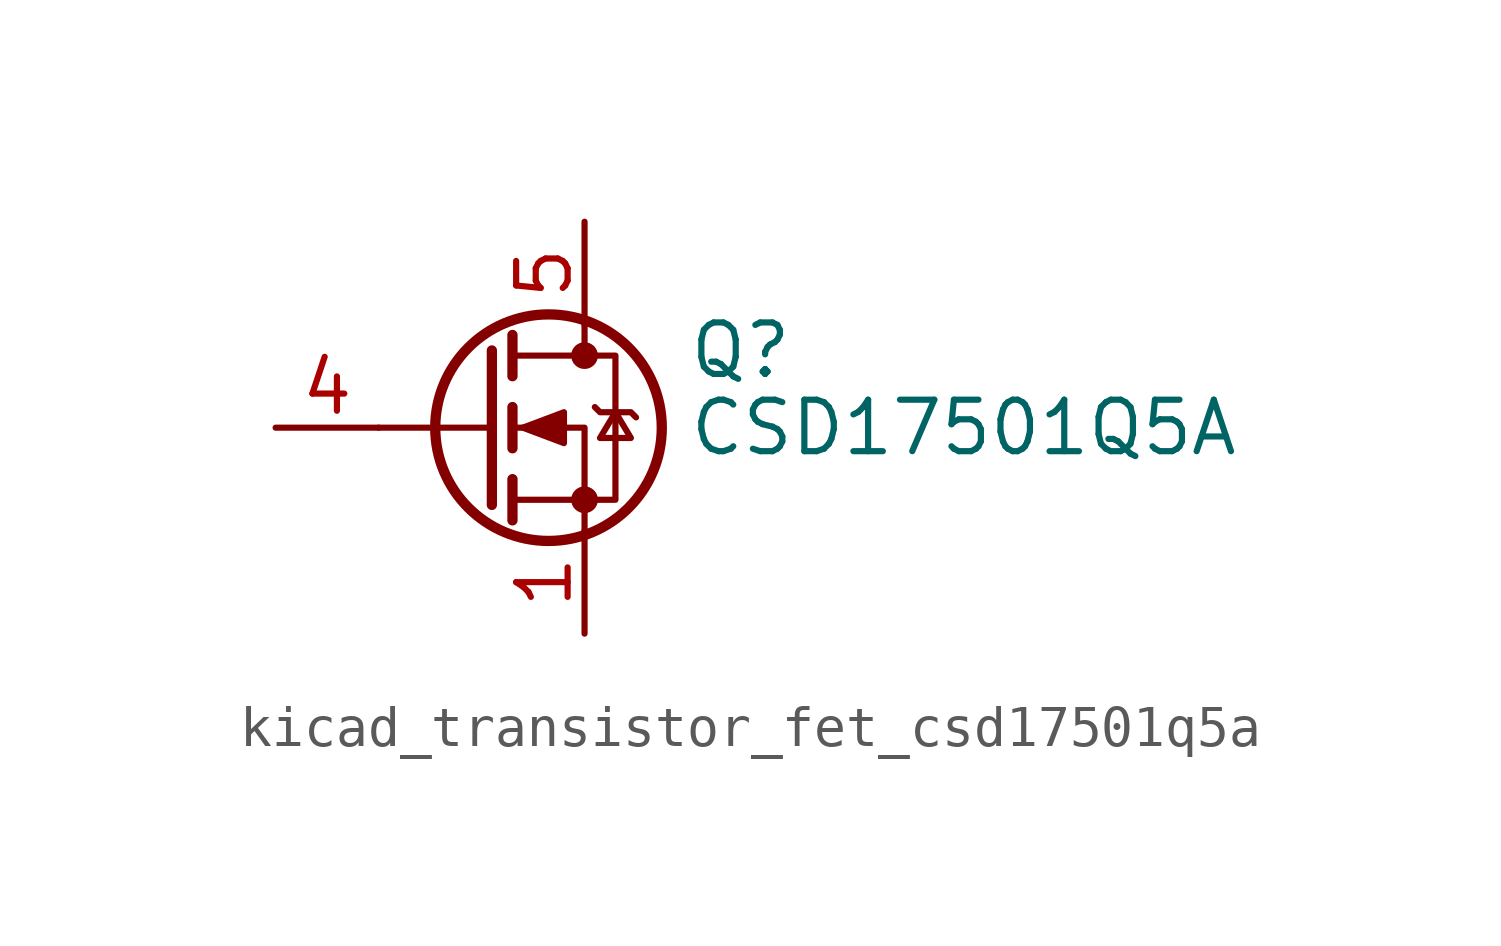
<source format=kicad_sym>
(kicad_symbol_lib
  (version 20220914)
  (generator kicad_symbol_editor)
  (symbol "kicad_transistor_fet_csd17501q5a"
    (pin_names hide)
    (property "Reference" "Q"
      (at 5.08 1.905 0)
      (effects (font (size 1.27 1.27)) (justify left)))
    (property "Value" "CSD17501Q5A"
      (at 5.08 0 0)
      (effects (font (size 1.27 1.27)) (justify left)))
    (symbol "kicad_transistor_fet_csd17501q5a_0_1"
      (polyline (pts (xy 0.254 0) (xy -2.54 0)) (stroke (width 0) (type default)) (fill (type none)))
      (polyline (pts (xy 0.254 1.905) (xy 0.254 -1.905)) (stroke (width 0.254) (type default)) (fill (type none)))
      (polyline (pts (xy 0.762 -1.27) (xy 0.762 -2.286)) (stroke (width 0.254) (type default)) (fill (type none)))
      (polyline (pts (xy 0.762 0.508) (xy 0.762 -0.508)) (stroke (width 0.254) (type default)) (fill (type none)))
      (polyline (pts (xy 0.762 2.286) (xy 0.762 1.27)) (stroke (width 0.254) (type default)) (fill (type none)))
      (polyline (pts (xy 2.54 2.54) (xy 2.54 1.778)) (stroke (width 0) (type default)) (fill (type none)))
      (polyline (pts (xy 2.54 -2.54) (xy 2.54 0) (xy 0.762 0)) (stroke (width 0) (type default)) (fill (type none)))
      (polyline (pts (xy 0.762 -1.778) (xy 3.302 -1.778) (xy 3.302 1.778) (xy 0.762 1.778)) (stroke (width 0) (type default)) (fill (type none)))
      (polyline (pts (xy 1.016 0) (xy 2.032 0.381) (xy 2.032 -0.381) (xy 1.016 0)) (stroke (width 0) (type default)) (fill (type outline)))
      (polyline (pts (xy 2.794 0.508) (xy 2.921 0.381) (xy 3.683 0.381) (xy 3.81 0.254)) (stroke (width 0) (type default)) (fill (type none)))
      (polyline (pts (xy 3.302 0.381) (xy 2.921 -0.254) (xy 3.683 -0.254) (xy 3.302 0.381)) (stroke (width 0) (type default)) (fill (type none)))
      (circle (center 1.651 0) (radius 2.794) (stroke (width 0.254) (type default)) (fill (type none)))
      (circle (center 2.54 -1.778) (radius 0.254) (stroke (width 0) (type default)) (fill (type outline)))
      (circle (center 2.54 1.778) (radius 0.254) (stroke (width 0) (type default)) (fill (type outline))))
    (symbol "kicad_transistor_fet_csd17501q5a_1_1"
      (pin passive line (at 2.54 -5.08 90) (length 2.54) (name "S" (effects (font (size 1.27 1.27)))) (number "1" (effects (font (size 1.27 1.27)))))
      (pin passive line (at 2.54 -5.08 90) (length 2.54) hide (name "S" (effects (font (size 1.27 1.27)))) (number "2" (effects (font (size 1.27 1.27)))))
      (pin passive line (at 2.54 -5.08 90) (length 2.54) hide (name "S" (effects (font (size 1.27 1.27)))) (number "3" (effects (font (size 1.27 1.27)))))
      (pin passive line (at -5.08 0 0) (length 2.54) (name "G" (effects (font (size 1.27 1.27)))) (number "4" (effects (font (size 1.27 1.27)))))
      (pin passive line (at 2.54 5.08 270) (length 2.54) (name "D" (effects (font (size 1.27 1.27)))) (number "5" (effects (font (size 1.27 1.27))))))))
</source>
